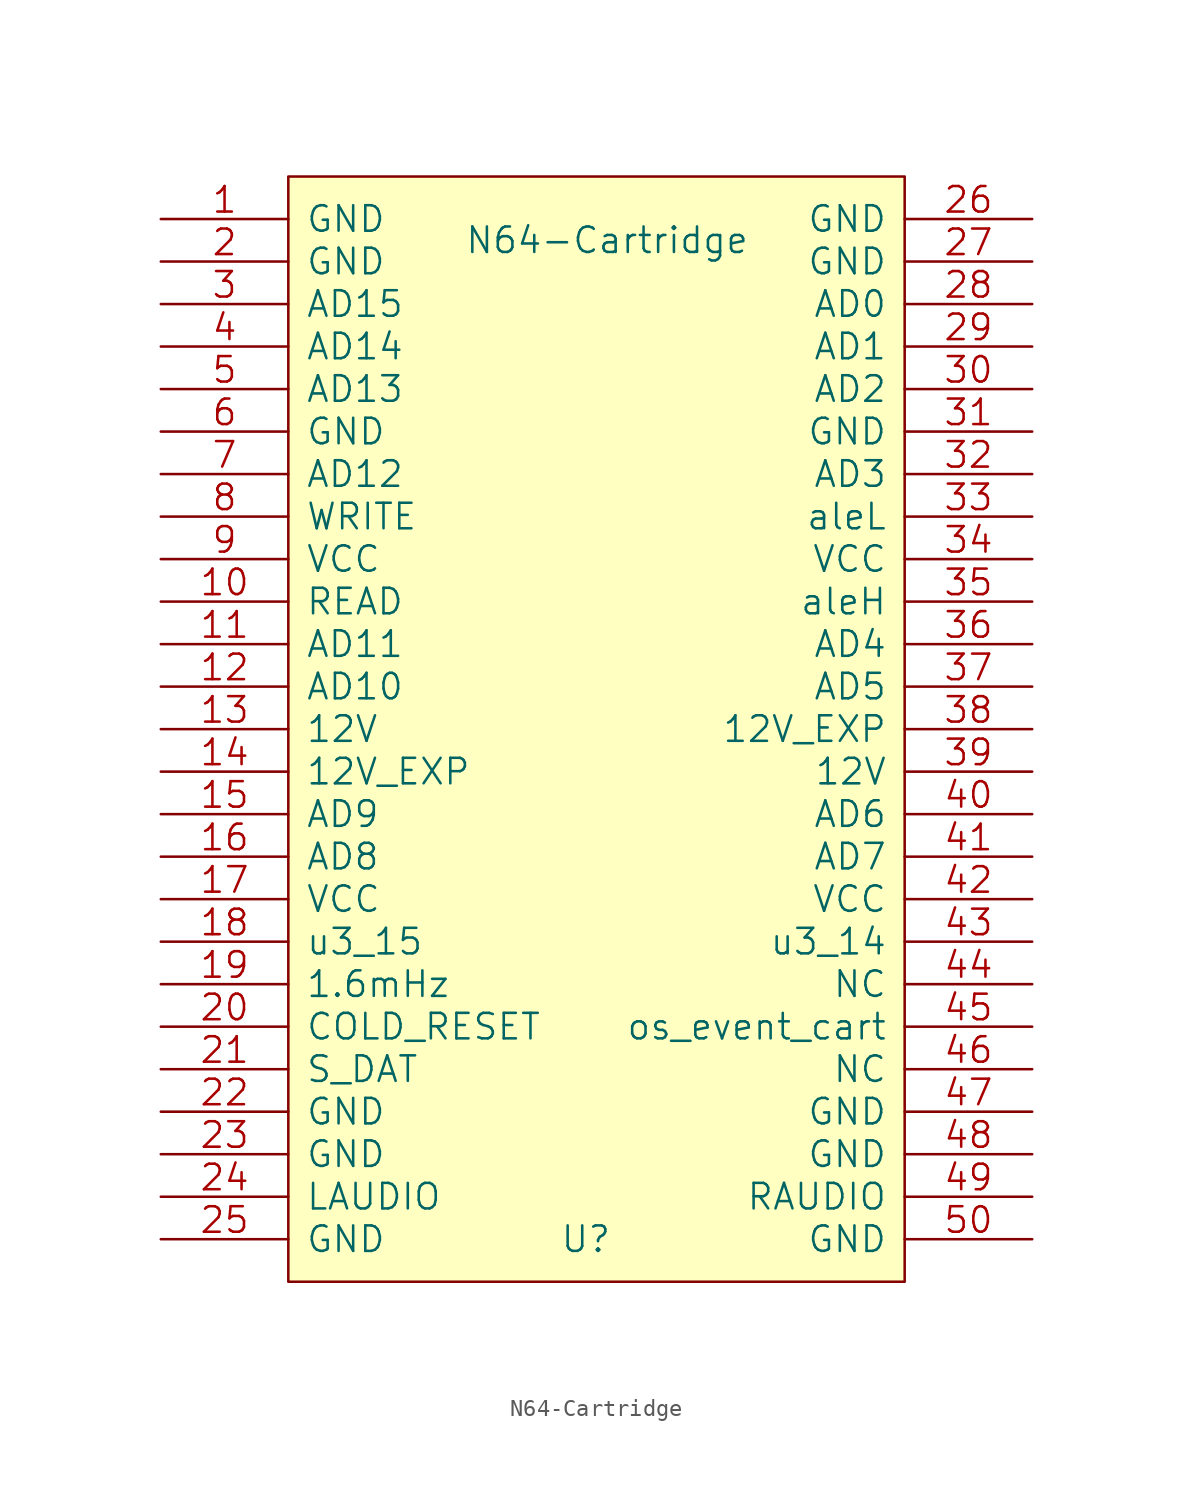
<source format=kicad_sym>
(kicad_symbol_lib
  (version 20211014)
  (generator kicad_symbol_editor)
  (symbol "N64-Cartridge"
    (pin_names
      (offset 1.016))
    (property "Reference" "U"
      (at -1.27 -30.48 0)
      (effects (font (size 1.524 1.524))))
    (property "Value" "N64-Cartridge"
      (at 0 29.21 0)
      (effects (font (size 1.524 1.524))))
    (property "Footprint" ""
      (at -1.27 -26.67 0)
      (effects (font (size 1.524 1.524))))
    (property "Datasheet" ""
      (at -1.27 -26.67 0)
      (effects (font (size 1.524 1.524))))
    (symbol "N64-Cartridge_0_1"
      (rectangle (start -19.05 33.02) (end 17.78 -33.02) (stroke (width 0) (type default) (color 0 0 0 0)) (fill (type background))))
    (symbol "N64-Cartridge_1_1"
      (pin passive line (at -26.67 30.48 0) (length 7.62) (name "GND" (effects (font (size 1.524 1.524)))) (number "1" (effects (font (size 1.524 1.524)))))
      (pin passive line (at -26.67 7.62 0) (length 7.62) (name "READ" (effects (font (size 1.524 1.524)))) (number "10" (effects (font (size 1.524 1.524)))))
      (pin passive line (at -26.67 5.08 0) (length 7.62) (name "AD11" (effects (font (size 1.524 1.524)))) (number "11" (effects (font (size 1.524 1.524)))))
      (pin passive line (at -26.67 2.54 0) (length 7.62) (name "AD10" (effects (font (size 1.524 1.524)))) (number "12" (effects (font (size 1.524 1.524)))))
      (pin passive line (at -26.67 0 0) (length 7.62) (name "12V" (effects (font (size 1.524 1.524)))) (number "13" (effects (font (size 1.524 1.524)))))
      (pin passive line (at -26.67 -2.54 0) (length 7.62) (name "12V_EXP" (effects (font (size 1.524 1.524)))) (number "14" (effects (font (size 1.524 1.524)))))
      (pin passive line (at -26.67 -5.08 0) (length 7.62) (name "AD9" (effects (font (size 1.524 1.524)))) (number "15" (effects (font (size 1.524 1.524)))))
      (pin passive line (at -26.67 -7.62 0) (length 7.62) (name "AD8" (effects (font (size 1.524 1.524)))) (number "16" (effects (font (size 1.524 1.524)))))
      (pin passive line (at -26.67 -10.16 0) (length 7.62) (name "VCC" (effects (font (size 1.524 1.524)))) (number "17" (effects (font (size 1.524 1.524)))))
      (pin passive line (at -26.67 -12.7 0) (length 7.62) (name "u3_15" (effects (font (size 1.524 1.524)))) (number "18" (effects (font (size 1.524 1.524)))))
      (pin passive line (at -26.67 -15.24 0) (length 7.62) (name "1.6mHz" (effects (font (size 1.524 1.524)))) (number "19" (effects (font (size 1.524 1.524)))))
      (pin passive line (at -26.67 27.94 0) (length 7.62) (name "GND" (effects (font (size 1.524 1.524)))) (number "2" (effects (font (size 1.524 1.524)))))
      (pin passive line (at -26.67 -17.78 0) (length 7.62) (name "COLD_RESET" (effects (font (size 1.524 1.524)))) (number "20" (effects (font (size 1.524 1.524)))))
      (pin passive line (at -26.67 -20.32 0) (length 7.62) (name "S_DAT" (effects (font (size 1.524 1.524)))) (number "21" (effects (font (size 1.524 1.524)))))
      (pin passive line (at -26.67 -22.86 0) (length 7.62) (name "GND" (effects (font (size 1.524 1.524)))) (number "22" (effects (font (size 1.524 1.524)))))
      (pin passive line (at -26.67 -25.4 0) (length 7.62) (name "GND" (effects (font (size 1.524 1.524)))) (number "23" (effects (font (size 1.524 1.524)))))
      (pin passive line (at -26.67 -27.94 0) (length 7.62) (name "LAUDIO" (effects (font (size 1.524 1.524)))) (number "24" (effects (font (size 1.524 1.524)))))
      (pin passive line (at -26.67 -30.48 0) (length 7.62) (name "GND" (effects (font (size 1.524 1.524)))) (number "25" (effects (font (size 1.524 1.524)))))
      (pin passive line (at 25.4 30.48 180) (length 7.62) (name "GND" (effects (font (size 1.524 1.524)))) (number "26" (effects (font (size 1.524 1.524)))))
      (pin passive line (at 25.4 27.94 180) (length 7.62) (name "GND" (effects (font (size 1.524 1.524)))) (number "27" (effects (font (size 1.524 1.524)))))
      (pin passive line (at 25.4 25.4 180) (length 7.62) (name "AD0" (effects (font (size 1.524 1.524)))) (number "28" (effects (font (size 1.524 1.524)))))
      (pin passive line (at 25.4 22.86 180) (length 7.62) (name "AD1" (effects (font (size 1.524 1.524)))) (number "29" (effects (font (size 1.524 1.524)))))
      (pin passive line (at -26.67 25.4 0) (length 7.62) (name "AD15" (effects (font (size 1.524 1.524)))) (number "3" (effects (font (size 1.524 1.524)))))
      (pin passive line (at 25.4 20.32 180) (length 7.62) (name "AD2" (effects (font (size 1.524 1.524)))) (number "30" (effects (font (size 1.524 1.524)))))
      (pin passive line (at 25.4 17.78 180) (length 7.62) (name "GND" (effects (font (size 1.524 1.524)))) (number "31" (effects (font (size 1.524 1.524)))))
      (pin passive line (at 25.4 15.24 180) (length 7.62) (name "AD3" (effects (font (size 1.524 1.524)))) (number "32" (effects (font (size 1.524 1.524)))))
      (pin passive line (at 25.4 12.7 180) (length 7.62) (name "aleL" (effects (font (size 1.524 1.524)))) (number "33" (effects (font (size 1.524 1.524)))))
      (pin passive line (at 25.4 10.16 180) (length 7.62) (name "VCC" (effects (font (size 1.524 1.524)))) (number "34" (effects (font (size 1.524 1.524)))))
      (pin passive line (at 25.4 7.62 180) (length 7.62) (name "aleH" (effects (font (size 1.524 1.524)))) (number "35" (effects (font (size 1.524 1.524)))))
      (pin passive line (at 25.4 5.08 180) (length 7.62) (name "AD4" (effects (font (size 1.524 1.524)))) (number "36" (effects (font (size 1.524 1.524)))))
      (pin passive line (at 25.4 2.54 180) (length 7.62) (name "AD5" (effects (font (size 1.524 1.524)))) (number "37" (effects (font (size 1.524 1.524)))))
      (pin passive line (at 25.4 0 180) (length 7.62) (name "12V_EXP" (effects (font (size 1.524 1.524)))) (number "38" (effects (font (size 1.524 1.524)))))
      (pin passive line (at 25.4 -2.54 180) (length 7.62) (name "12V" (effects (font (size 1.524 1.524)))) (number "39" (effects (font (size 1.524 1.524)))))
      (pin passive line (at -26.67 22.86 0) (length 7.62) (name "AD14" (effects (font (size 1.524 1.524)))) (number "4" (effects (font (size 1.524 1.524)))))
      (pin passive line (at 25.4 -5.08 180) (length 7.62) (name "AD6" (effects (font (size 1.524 1.524)))) (number "40" (effects (font (size 1.524 1.524)))))
      (pin passive line (at 25.4 -7.62 180) (length 7.62) (name "AD7" (effects (font (size 1.524 1.524)))) (number "41" (effects (font (size 1.524 1.524)))))
      (pin passive line (at 25.4 -10.16 180) (length 7.62) (name "VCC" (effects (font (size 1.524 1.524)))) (number "42" (effects (font (size 1.524 1.524)))))
      (pin passive line (at 25.4 -12.7 180) (length 7.62) (name "u3_14" (effects (font (size 1.524 1.524)))) (number "43" (effects (font (size 1.524 1.524)))))
      (pin passive line (at 25.4 -15.24 180) (length 7.62) (name "NC" (effects (font (size 1.524 1.524)))) (number "44" (effects (font (size 1.524 1.524)))))
      (pin passive line (at 25.4 -17.78 180) (length 7.62) (name "os_event_cart" (effects (font (size 1.524 1.524)))) (number "45" (effects (font (size 1.524 1.524)))))
      (pin passive line (at 25.4 -20.32 180) (length 7.62) (name "NC" (effects (font (size 1.524 1.524)))) (number "46" (effects (font (size 1.524 1.524)))))
      (pin passive line (at 25.4 -22.86 180) (length 7.62) (name "GND" (effects (font (size 1.524 1.524)))) (number "47" (effects (font (size 1.524 1.524)))))
      (pin passive line (at 25.4 -25.4 180) (length 7.62) (name "GND" (effects (font (size 1.524 1.524)))) (number "48" (effects (font (size 1.524 1.524)))))
      (pin passive line (at 25.4 -27.94 180) (length 7.62) (name "RAUDIO" (effects (font (size 1.524 1.524)))) (number "49" (effects (font (size 1.524 1.524)))))
      (pin passive line (at -26.67 20.32 0) (length 7.62) (name "AD13" (effects (font (size 1.524 1.524)))) (number "5" (effects (font (size 1.524 1.524)))))
      (pin passive line (at 25.4 -30.48 180) (length 7.62) (name "GND" (effects (font (size 1.524 1.524)))) (number "50" (effects (font (size 1.524 1.524)))))
      (pin passive line (at -26.67 17.78 0) (length 7.62) (name "GND" (effects (font (size 1.524 1.524)))) (number "6" (effects (font (size 1.524 1.524)))))
      (pin passive line (at -26.67 15.24 0) (length 7.62) (name "AD12" (effects (font (size 1.524 1.524)))) (number "7" (effects (font (size 1.524 1.524)))))
      (pin passive line (at -26.67 12.7 0) (length 7.62) (name "WRITE" (effects (font (size 1.524 1.524)))) (number "8" (effects (font (size 1.524 1.524)))))
      (pin passive line (at -26.67 10.16 0) (length 7.62) (name "VCC" (effects (font (size 1.524 1.524)))) (number "9" (effects (font (size 1.524 1.524))))))))
</source>
